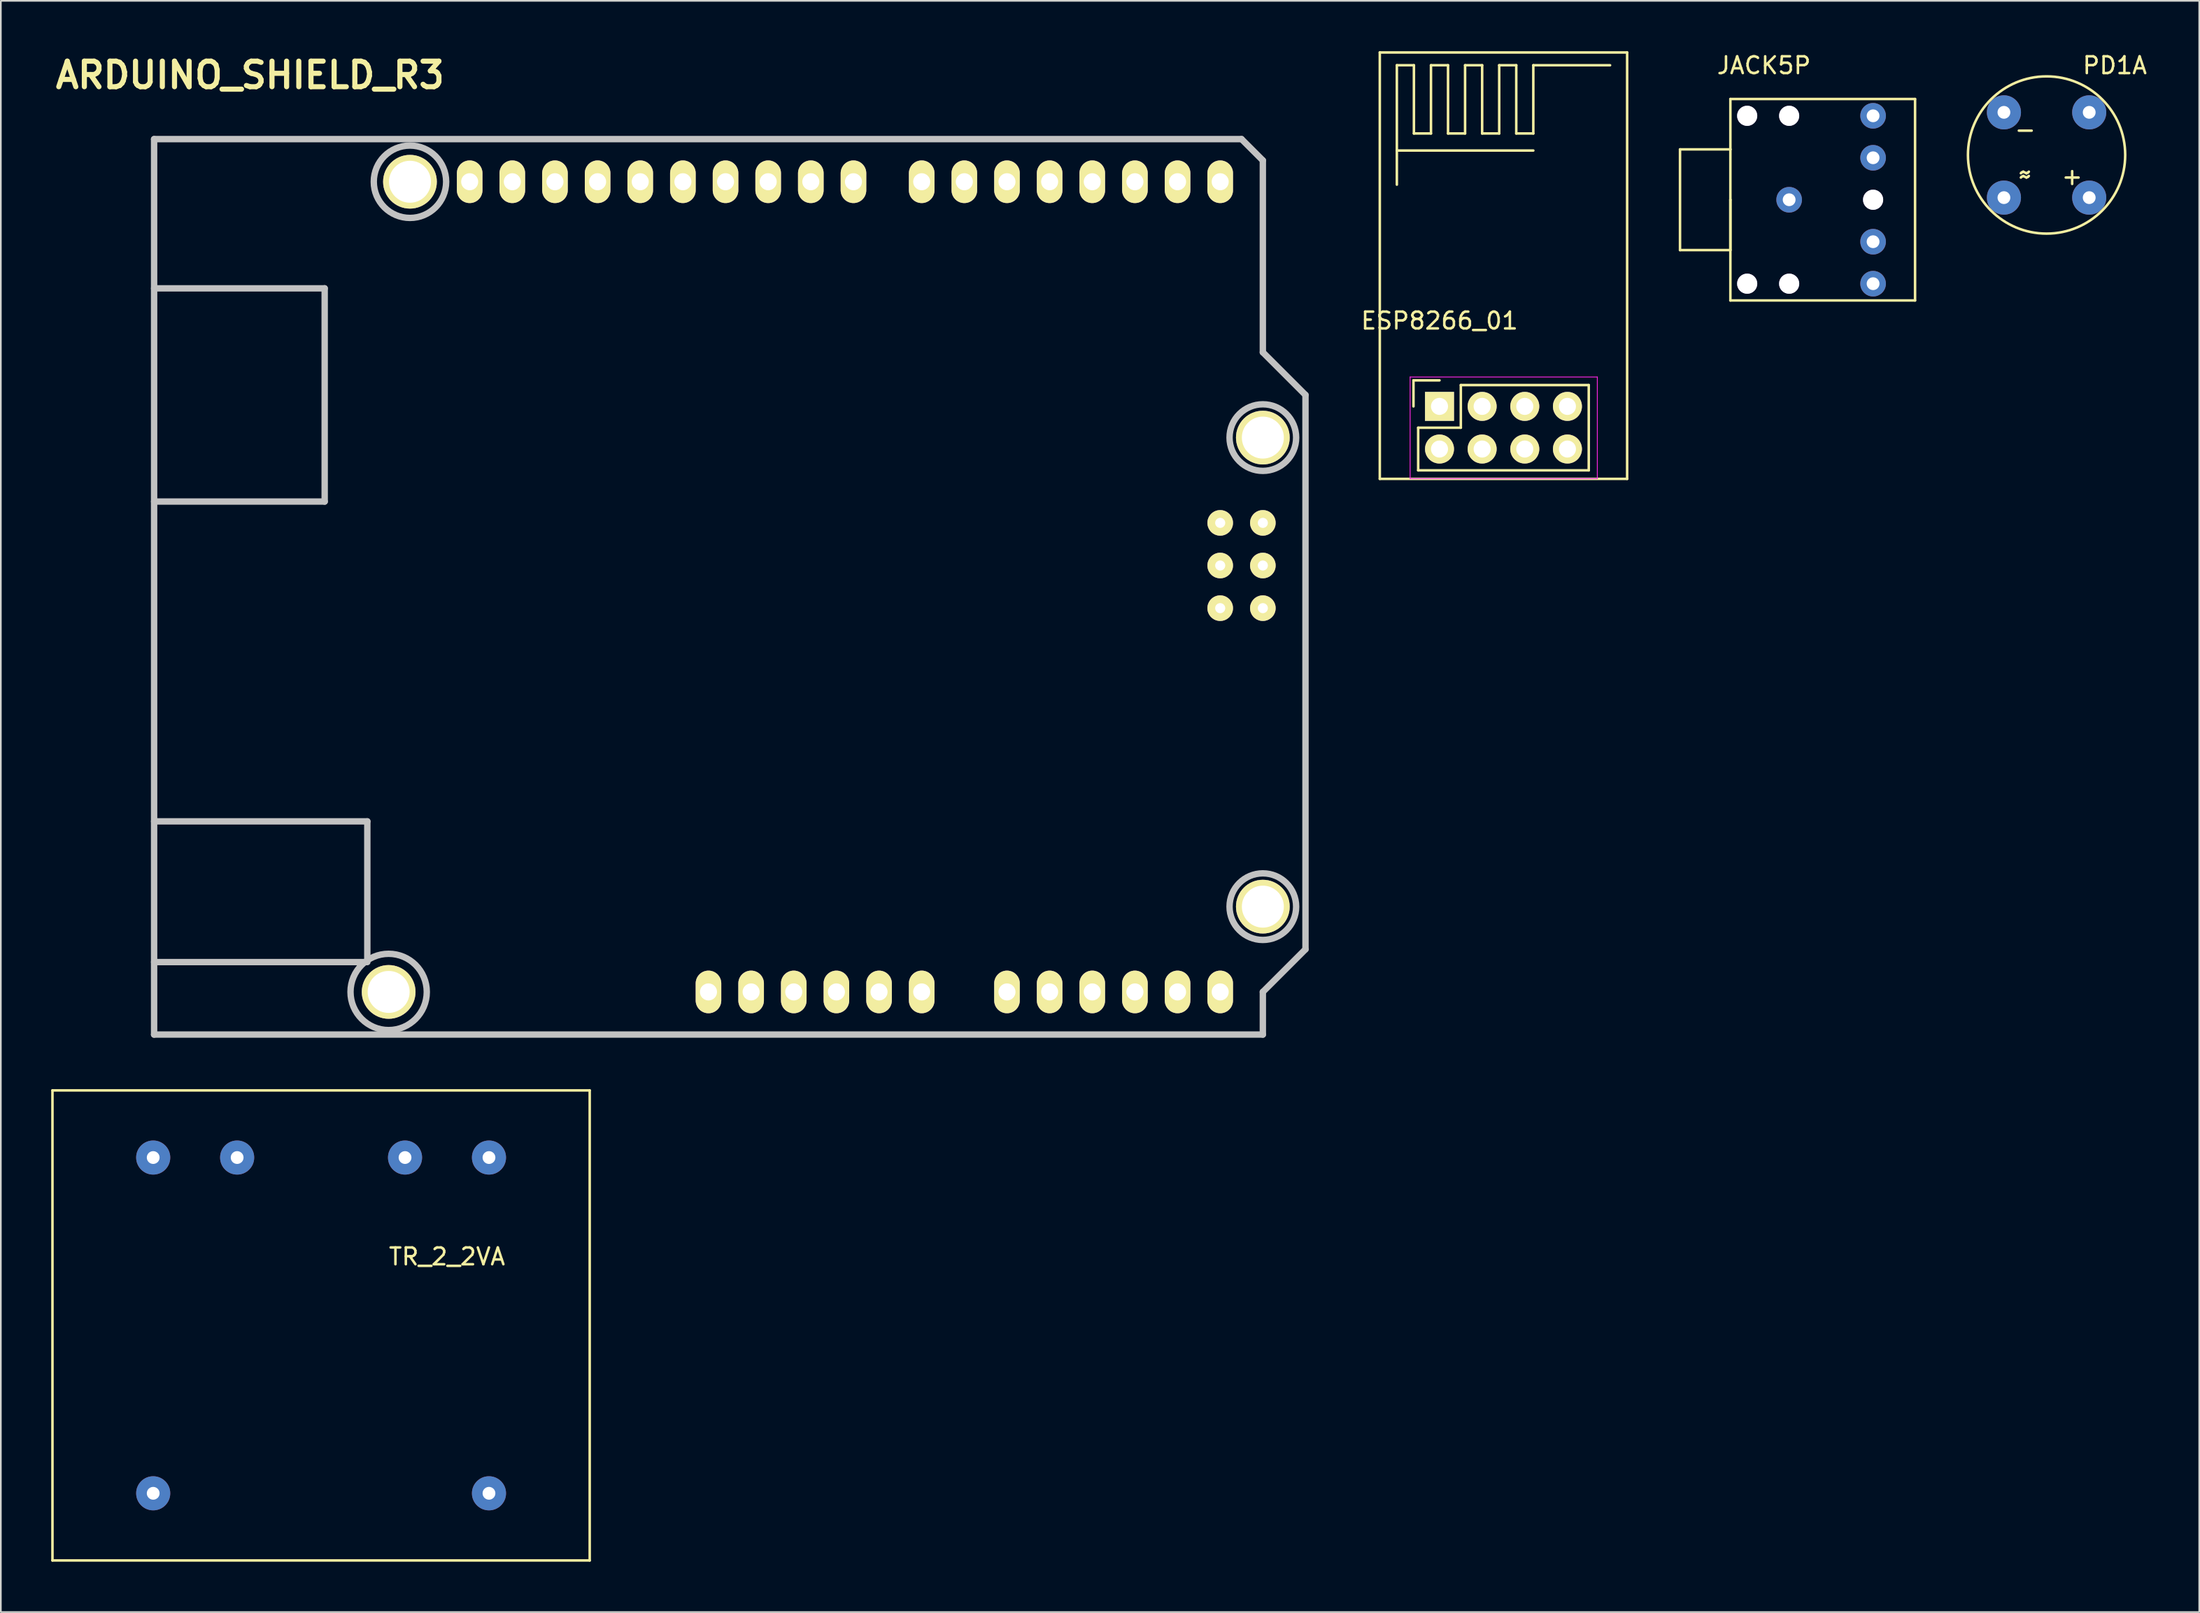
<source format=kicad_pcb>
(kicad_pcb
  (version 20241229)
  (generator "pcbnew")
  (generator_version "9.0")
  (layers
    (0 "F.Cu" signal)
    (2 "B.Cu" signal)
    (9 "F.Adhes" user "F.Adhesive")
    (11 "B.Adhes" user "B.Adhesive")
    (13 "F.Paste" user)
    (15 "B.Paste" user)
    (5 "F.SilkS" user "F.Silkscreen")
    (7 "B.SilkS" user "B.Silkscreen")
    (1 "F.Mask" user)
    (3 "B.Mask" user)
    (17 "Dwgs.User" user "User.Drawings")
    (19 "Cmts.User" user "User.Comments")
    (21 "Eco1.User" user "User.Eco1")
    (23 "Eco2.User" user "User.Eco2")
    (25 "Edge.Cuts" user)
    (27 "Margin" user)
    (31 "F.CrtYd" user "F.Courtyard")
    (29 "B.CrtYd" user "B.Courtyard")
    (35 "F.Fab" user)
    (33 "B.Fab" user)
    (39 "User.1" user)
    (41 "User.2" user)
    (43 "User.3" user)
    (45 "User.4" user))
  (footprint "TR_2_2VA"
    (layer "F.Cu")
    (at 16.075 75.901)
    (property "Reference" "TR_2_2VA" (at 7.5 -4.1 0) (layer "F.SilkS") (effects (font (size 1 1) (thickness 0.15))))
    (attr through_hole)
    (fp_line (start -16 -14) (end 16 -14) (stroke (width 0.15) (type solid)) (layer "F.SilkS"))
    (fp_line (start -16 14) (end -16 -14) (stroke (width 0.15) (type solid)) (layer "F.SilkS"))
    (fp_line (start 16 -14) (end 16 14) (stroke (width 0.15) (type solid)) (layer "F.SilkS"))
    (fp_line (start 16 14) (end -16 14) (stroke (width 0.15) (type solid)) (layer "F.SilkS"))
    (pad "1" thru_hole circle (at -10 10) (size 2.032 2.032) (drill 0.762) (layers "*.Cu" "*.Mask"))
    (pad "5" thru_hole circle (at 10 10) (size 2.032 2.032) (drill 0.762) (layers "*.Cu" "*.Mask"))
    (pad "6" thru_hole circle (at 10 -10) (size 2.032 2.032) (drill 0.762) (layers "*.Cu" "*.Mask"))
    (pad "7" thru_hole circle (at 5 -10) (size 2.032 2.032) (drill 0.762) (layers "*.Cu" "*.Mask"))
    (pad "9" thru_hole circle (at -5 -10) (size 2.032 2.032) (drill 0.762) (layers "*.Cu" "*.Mask"))
    (pad "10" thru_hole circle (at -10 -10) (size 2.032 2.032) (drill 0.762) (layers "*.Cu" "*.Mask")))
  (footprint "JACK5P"
    (layer "F.Cu")
    (at 103.517 8.848)
    (property "Reference" "JACK5P" (at -1.5 -8 0) (layer "F.SilkS") (effects (font (size 1 1) (thickness 0.15))))
    (attr through_hole)
    (fp_line (start -6.5 -3) (end -3.5 -3) (stroke (width 0.15) (type solid)) (layer "F.SilkS"))
    (fp_line (start -6.5 3) (end -6.5 -3) (stroke (width 0.15) (type solid)) (layer "F.SilkS"))
    (fp_line (start -3.5 -6) (end -3.5 -3) (stroke (width 0.15) (type solid)) (layer "F.SilkS"))
    (fp_line (start -3.5 -3) (end -3.5 0) (stroke (width 0.15) (type solid)) (layer "F.SilkS"))
    (fp_line (start -3.5 0) (end -3.5 3) (stroke (width 0.15) (type solid)) (layer "F.SilkS"))
    (fp_line (start -3.5 0) (end -3.5 6) (stroke (width 0.15) (type solid)) (layer "F.SilkS"))
    (fp_line (start -3.5 3) (end -6.5 3) (stroke (width 0.15) (type solid)) (layer "F.SilkS"))
    (fp_line (start -3.5 6) (end 7.5 6) (stroke (width 0.15) (type solid)) (layer "F.SilkS"))
    (fp_line (start 7.5 -6) (end -3.5 -6) (stroke (width 0.15) (type solid)) (layer "F.SilkS"))
    (fp_line (start 7.5 6) (end 7.5 -6) (stroke (width 0.15) (type solid)) (layer "F.SilkS"))
    (pad "1" thru_hole circle (at 0 0) (size 1.524 1.524) (drill 0.762) (layers "*.Cu" "*.Mask"))
    (pad "2" thru_hole circle (at 5 -5) (size 1.524 1.524) (drill 0.762) (layers "*.Cu" "*.Mask"))
    (pad "3" thru_hole circle (at 5 -2.5) (size 1.524 1.524) (drill 0.762) (layers "*.Cu" "*.Mask"))
    (pad "4" thru_hole circle (at 5 2.5) (size 1.524 1.524) (drill 0.762) (layers "*.Cu" "*.Mask"))
    (pad "5" thru_hole circle (at 5 5) (size 1.524 1.524) (drill 0.762) (layers "*.Cu" "*.Mask"))
    (pad "6" thru_hole circle (at 0 -5) (size 1.2 1.2) (drill 1.2) (layers "*.Cu" "*.Mask"))
    (pad "7" thru_hole circle (at 0 5) (size 1.2 1.2) (drill 1.2) (layers "*.Cu" "*.Mask"))
    (pad "8" thru_hole circle (at -2.5 5) (size 1.2 1.2) (drill 1.2) (layers "*.Cu" "*.Mask"))
    (pad "9" thru_hole circle (at -2.5 -5) (size 1.2 1.2) (drill 1.2) (layers "*.Cu" "*.Mask"))
    (pad "10" thru_hole circle (at 5 0) (size 1.2 1.2) (drill 1.2) (layers "*.Cu" "*.Mask")))
  (footprint "PD1A"
    (layer "F.Cu")
    (at 118.85 6.182)
    (property "Reference" "PD1A" (at 4.064 -5.334 0) (layer "F.SilkS") (effects (font (size 1 1) (thickness 0.15))))
    (attr through_hole)
    (fp_circle (center 0 0) (end 3.556 -3.048) (stroke (width 0.15) (type solid)) (fill no) (layer "F.SilkS"))
    (fp_text user "+" (at 1.524 1.27 0) (layer "F.SilkS") (effects (font (size 1 1) (thickness 0.15))))
    (fp_text user "-" (at -1.27 -1.524 0) (layer "F.SilkS") (effects (font (size 1 1) (thickness 0.15))))
    (fp_text user "~" (at -1.27 1.27 0) (layer "F.SilkS") (effects (font (size 1 1) (thickness 0.15))))
    (fp_text user "~" (at -1.27 1.016 0) (layer "F.SilkS") (effects (font (size 1 1) (thickness 0.15))))
    (pad "1" thru_hole circle (at 2.54 2.54) (size 2.032 2.032) (drill 0.762) (layers "*.Cu" "*.Mask"))
    (pad "2" thru_hole circle (at -2.54 -2.54) (size 2.032 2.032) (drill 0.762) (layers "*.Cu" "*.Mask"))
    (pad "3" thru_hole circle (at 2.54 -2.54) (size 2.032 2.032) (drill 0.762) (layers "*.Cu" "*.Mask"))
    (pad "4" thru_hole circle (at -2.54 2.54) (size 2.032 2.032) (drill 0.762) (layers "*.Cu" "*.Mask")))
  (footprint "ESP8266_01"
    (layer "F.Cu")
    (at 82.691 21.157)
    (property "Reference" "ESP8266_01" (at 0 -5.1 0) (layer "F.SilkS") (effects (font (size 1 1) (thickness 0.15))))
    (attr through_hole)
    (fp_line (start -3.556 -21.082) (end -3.556 4.318) (stroke (width 0.15) (type solid)) (layer "F.SilkS"))
    (fp_line (start -3.556 4.318) (end 11.176 4.318) (stroke (width 0.15) (type solid)) (layer "F.SilkS"))
    (fp_line (start -2.54 -20.32) (end -1.524 -20.32) (stroke (width 0.15) (type solid)) (layer "F.SilkS"))
    (fp_line (start -2.54 -15.24) (end 5.588 -15.24) (stroke (width 0.15) (type solid)) (layer "F.SilkS"))
    (fp_line (start -2.54 -13.208) (end -2.54 -20.32) (stroke (width 0.15) (type solid)) (layer "F.SilkS"))
    (fp_line (start -1.55 -1.55) (end -1.55 0) (stroke (width 0.15) (type solid)) (layer "F.SilkS"))
    (fp_line (start -1.524 -20.32) (end -1.524 -16.256) (stroke (width 0.15) (type solid)) (layer "F.SilkS"))
    (fp_line (start -1.524 -16.256) (end -0.508 -16.256) (stroke (width 0.15) (type solid)) (layer "F.SilkS"))
    (fp_line (start -1.27 1.27) (end 1.27 1.27) (stroke (width 0.15) (type solid)) (layer "F.SilkS"))
    (fp_line (start -1.27 3.81) (end -1.27 1.27) (stroke (width 0.15) (type solid)) (layer "F.SilkS"))
    (fp_line (start -0.508 -20.32) (end 0.508 -20.32) (stroke (width 0.15) (type solid)) (layer "F.SilkS"))
    (fp_line (start -0.508 -16.256) (end -0.508 -20.32) (stroke (width 0.15) (type solid)) (layer "F.SilkS"))
    (fp_line (start 0 -1.55) (end -1.55 -1.55) (stroke (width 0.15) (type solid)) (layer "F.SilkS"))
    (fp_line (start 0.508 -20.32) (end 0.508 -16.256) (stroke (width 0.15) (type solid)) (layer "F.SilkS"))
    (fp_line (start 0.508 -16.256) (end 1.524 -16.256) (stroke (width 0.15) (type solid)) (layer "F.SilkS"))
    (fp_line (start 1.27 -1.27) (end 8.89 -1.27) (stroke (width 0.15) (type solid)) (layer "F.SilkS"))
    (fp_line (start 1.27 1.27) (end 1.27 -1.27) (stroke (width 0.15) (type solid)) (layer "F.SilkS"))
    (fp_line (start 1.524 -20.32) (end 2.54 -20.32) (stroke (width 0.15) (type solid)) (layer "F.SilkS"))
    (fp_line (start 1.524 -16.256) (end 1.524 -20.32) (stroke (width 0.15) (type solid)) (layer "F.SilkS"))
    (fp_line (start 2.54 -20.32) (end 2.54 -16.256) (stroke (width 0.15) (type solid)) (layer "F.SilkS"))
    (fp_line (start 2.54 -16.256) (end 3.556 -16.256) (stroke (width 0.15) (type solid)) (layer "F.SilkS"))
    (fp_line (start 3.556 -20.32) (end 4.572 -20.32) (stroke (width 0.15) (type solid)) (layer "F.SilkS"))
    (fp_line (start 3.556 -16.256) (end 3.556 -20.32) (stroke (width 0.15) (type solid)) (layer "F.SilkS"))
    (fp_line (start 4.572 -20.32) (end 4.572 -16.256) (stroke (width 0.15) (type solid)) (layer "F.SilkS"))
    (fp_line (start 4.572 -16.256) (end 5.588 -16.256) (stroke (width 0.15) (type solid)) (layer "F.SilkS"))
    (fp_line (start 5.588 -20.32) (end 10.16 -20.32) (stroke (width 0.15) (type solid)) (layer "F.SilkS"))
    (fp_line (start 5.588 -16.256) (end 5.588 -20.32) (stroke (width 0.15) (type solid)) (layer "F.SilkS"))
    (fp_line (start 8.89 -1.27) (end 8.89 3.81) (stroke (width 0.15) (type solid)) (layer "F.SilkS"))
    (fp_line (start 8.89 3.81) (end -1.27 3.81) (stroke (width 0.15) (type solid)) (layer "F.SilkS"))
    (fp_line (start 11.176 -21.082) (end -3.556 -21.082) (stroke (width 0.15) (type solid)) (layer "F.SilkS"))
    (fp_line (start 11.176 4.318) (end 11.176 -21.082) (stroke (width 0.15) (type solid)) (layer "F.SilkS"))
    (fp_line (start -1.75 -1.75) (end -1.75 4.3) (stroke (width 0.05) (type solid)) (layer "F.CrtYd"))
    (fp_line (start -1.75 -1.75) (end 9.4 -1.75) (stroke (width 0.05) (type solid)) (layer "F.CrtYd"))
    (fp_line (start -1.75 4.3) (end 9.4 4.3) (stroke (width 0.05) (type solid)) (layer "F.CrtYd"))
    (fp_line (start 9.4 -1.75) (end 9.4 4.3) (stroke (width 0.05) (type solid)) (layer "F.CrtYd"))
    (pad "1" thru_hole rect (at 0 0) (size 1.727 1.727) (drill 1.016) (layers "*.Cu" "*.Mask" "F.SilkS"))
    (pad "2" thru_hole oval (at 0 2.54) (size 1.727 1.727) (drill 1.016) (layers "*.Cu" "*.Mask" "F.SilkS"))
    (pad "3" thru_hole oval (at 2.54 0) (size 1.727 1.727) (drill 1.016) (layers "*.Cu" "*.Mask" "F.SilkS"))
    (pad "4" thru_hole oval (at 2.54 2.54) (size 1.727 1.727) (drill 1.016) (layers "*.Cu" "*.Mask" "F.SilkS"))
    (pad "5" thru_hole oval (at 5.08 0) (size 1.727 1.727) (drill 1.016) (layers "*.Cu" "*.Mask" "F.SilkS"))
    (pad "6" thru_hole oval (at 5.08 2.54) (size 1.727 1.727) (drill 1.016) (layers "*.Cu" "*.Mask" "F.SilkS"))
    (pad "7" thru_hole oval (at 7.62 0) (size 1.727 1.727) (drill 1.016) (layers "*.Cu" "*.Mask" "F.SilkS"))
    (pad "8" thru_hole oval (at 7.62 2.54) (size 1.727 1.727) (drill 1.016) (layers "*.Cu" "*.Mask" "F.SilkS")))
  (footprint "ARDUINO_SHIELD_R3"
    (layer "F.Cu")
    (at 6.129 58.576)
    (property "Reference" "ARDUINO_SHIELD_R3" (at 5.715 -57.15 0) (layer "F.SilkS") (effects (font (size 1.524 1.524) (thickness 0.305))))
    (attr through_hole)
    (fp_line (start 0 -44.45) (end 10.16 -44.45) (stroke (width 0.381) (type solid)) (layer "Dwgs.User"))
    (fp_line (start 0 -12.7) (end 12.7 -12.7) (stroke (width 0.381) (type solid)) (layer "Dwgs.User"))
    (fp_line (start 0 0) (end 0 -53.34) (stroke (width 0.381) (type solid)) (layer "Dwgs.User"))
    (fp_line (start 10.16 -44.45) (end 10.16 -31.75) (stroke (width 0.381) (type solid)) (layer "Dwgs.User"))
    (fp_line (start 10.16 -31.75) (end 0 -31.75) (stroke (width 0.381) (type solid)) (layer "Dwgs.User"))
    (fp_line (start 12.7 -12.7) (end 12.7 -4.572) (stroke (width 0.381) (type solid)) (layer "Dwgs.User"))
    (fp_line (start 12.7 -4.318) (end 0 -4.318) (stroke (width 0.381) (type solid)) (layer "Dwgs.User"))
    (fp_line (start 64.77 -53.34) (end 0 -53.34) (stroke (width 0.381) (type solid)) (layer "Dwgs.User"))
    (fp_line (start 66.04 -52.07) (end 64.77 -53.34) (stroke (width 0.381) (type solid)) (layer "Dwgs.User"))
    (fp_line (start 66.04 -40.64) (end 66.04 -52.07) (stroke (width 0.381) (type solid)) (layer "Dwgs.User"))
    (fp_line (start 66.04 -40.64) (end 68.58 -38.1) (stroke (width 0.381) (type solid)) (layer "Dwgs.User"))
    (fp_line (start 66.04 -2.54) (end 66.04 0) (stroke (width 0.381) (type solid)) (layer "Dwgs.User"))
    (fp_line (start 66.04 0) (end 0 0) (stroke (width 0.381) (type solid)) (layer "Dwgs.User"))
    (fp_line (start 68.58 -38.1) (end 68.58 -5.08) (stroke (width 0.381) (type solid)) (layer "Dwgs.User"))
    (fp_line (start 68.58 -5.08) (end 66.04 -2.54) (stroke (width 0.381) (type solid)) (layer "Dwgs.User"))
    (fp_circle (center 13.97 -2.54) (end 16.002 -1.524) (stroke (width 0.381) (type solid)) (fill no) (layer "Dwgs.User"))
    (fp_circle (center 15.24 -50.8) (end 16.764 -49.276) (stroke (width 0.381) (type solid)) (fill no) (layer "Dwgs.User"))
    (fp_circle (center 66.04 -35.56) (end 67.31 -34.036) (stroke (width 0.381) (type solid)) (fill no) (layer "Dwgs.User"))
    (fp_circle (center 66.04 -7.62) (end 67.31 -6.096) (stroke (width 0.381) (type solid)) (fill no) (layer "Dwgs.User"))
    (pad "0" thru_hole oval (at 63.5 -50.8 90) (size 2.54 1.524) (drill 1.016) (layers "*.Cu" "*.Mask" "F.SilkS"))
    (pad "1" thru_hole oval (at 60.96 -50.8 90) (size 2.54 1.524) (drill 1.016) (layers "*.Cu" "*.Mask" "F.SilkS"))
    (pad "2" thru_hole oval (at 58.42 -50.8 90) (size 2.54 1.524) (drill 1.016) (layers "*.Cu" "*.Mask" "F.SilkS"))
    (pad "3" thru_hole oval (at 55.88 -50.8 90) (size 2.54 1.524) (drill 1.016) (layers "*.Cu" "*.Mask" "F.SilkS"))
    (pad "3V3" thru_hole oval (at 35.56 -2.54 90) (size 2.54 1.524) (drill 1.016) (layers "*.Cu" "*.Mask" "F.SilkS"))
    (pad "4" thru_hole oval (at 53.34 -50.8 90) (size 2.54 1.524) (drill 1.016) (layers "*.Cu" "*.Mask" "F.SilkS"))
    (pad "5" thru_hole oval (at 50.8 -50.8 90) (size 2.54 1.524) (drill 1.016) (layers "*.Cu" "*.Mask" "F.SilkS"))
    (pad "5V" thru_hole oval (at 38.1 -2.54 90) (size 2.54 1.524) (drill 1.016) (layers "*.Cu" "*.Mask" "F.SilkS"))
    (pad "6" thru_hole oval (at 48.26 -50.8 90) (size 2.54 1.524) (drill 1.016) (layers "*.Cu" "*.Mask" "F.SilkS"))
    (pad "7" thru_hole oval (at 45.72 -50.8 90) (size 2.54 1.524) (drill 1.016) (layers "*.Cu" "*.Mask" "F.SilkS"))
    (pad "8" thru_hole oval (at 41.656 -50.8 90) (size 2.54 1.524) (drill 1.016) (layers "*.Cu" "*.Mask" "F.SilkS"))
    (pad "9" thru_hole oval (at 39.116 -50.8 90) (size 2.54 1.524) (drill 1.016) (layers "*.Cu" "*.Mask" "F.SilkS"))
    (pad "10" thru_hole oval (at 36.576 -50.8 90) (size 2.54 1.524) (drill 1.016) (layers "*.Cu" "*.Mask" "F.SilkS"))
    (pad "11" thru_hole oval (at 34.036 -50.8 90) (size 2.54 1.524) (drill 1.016) (layers "*.Cu" "*.Mask" "F.SilkS"))
    (pad "12" thru_hole oval (at 31.496 -50.8 90) (size 2.54 1.524) (drill 1.016) (layers "*.Cu" "*.Mask" "F.SilkS"))
    (pad "13" thru_hole oval (at 28.956 -50.8 90) (size 2.54 1.524) (drill 1.016) (layers "*.Cu" "*.Mask" "F.SilkS"))
    (pad "AD0" thru_hole oval (at 50.8 -2.54 90) (size 2.54 1.524) (drill 1.016) (layers "*.Cu" "*.Mask" "F.SilkS"))
    (pad "AD1" thru_hole oval (at 53.34 -2.54 90) (size 2.54 1.524) (drill 1.016) (layers "*.Cu" "*.Mask" "F.SilkS"))
    (pad "AD2" thru_hole oval (at 55.88 -2.54 90) (size 2.54 1.524) (drill 1.016) (layers "*.Cu" "*.Mask" "F.SilkS"))
    (pad "AD3" thru_hole oval (at 58.42 -2.54 90) (size 2.54 1.524) (drill 1.016) (layers "*.Cu" "*.Mask" "F.SilkS"))
    (pad "AD4" thru_hole oval (at 60.96 -2.54 90) (size 2.54 1.524) (drill 1.016) (layers "*.Cu" "*.Mask" "F.SilkS"))
    (pad "AD5" thru_hole oval (at 63.5 -2.54 90) (size 2.54 1.524) (drill 1.016) (layers "*.Cu" "*.Mask" "F.SilkS"))
    (pad "AREF" thru_hole oval (at 23.876 -50.8 90) (size 2.54 1.524) (drill 1.016) (layers "*.Cu" "*.Mask" "F.SilkS"))
    (pad "Fix1" thru_hole circle (at 13.97 -2.54) (size 3.2 3.2) (drill 2.5) (layers "*.Cu" "*.Mask" "F.SilkS"))
    (pad "Fix2" thru_hole circle (at 66.04 -7.62) (size 3.2 3.2) (drill 2.5) (layers "*.Cu" "*.Mask" "F.SilkS"))
    (pad "Fix3" thru_hole circle (at 66.04 -35.56) (size 3.2 3.2) (drill 2.5) (layers "*.Cu" "*.Mask" "F.SilkS"))
    (pad "Fix4" thru_hole circle (at 15.24 -50.8) (size 3.2 3.2) (drill 2.5) (layers "*.Cu" "*.Mask" "F.SilkS"))
    (pad "GND1" thru_hole oval (at 40.64 -2.54 90) (size 2.54 1.524) (drill 1.016) (layers "*.Cu" "*.Mask" "F.SilkS"))
    (pad "GND2" thru_hole oval (at 43.18 -2.54 90) (size 2.54 1.524) (drill 1.016) (layers "*.Cu" "*.Mask" "F.SilkS"))
    (pad "GND3" thru_hole oval (at 26.416 -50.8 90) (size 2.54 1.524) (drill 1.016) (layers "*.Cu" "*.Mask" "F.SilkS"))
    (pad "RST" thru_hole oval (at 33.02 -2.54 90) (size 2.54 1.524) (drill 1.016) (layers "*.Cu" "*.Mask" "F.SilkS"))
    (pad "SCL" thru_hole oval (at 18.796 -50.8 90) (size 2.54 1.524) (drill 1.016) (layers "*.Cu" "*.Mask" "F.SilkS"))
    (pad "SDA" thru_hole oval (at 21.336 -50.8 90) (size 2.54 1.524) (drill 1.016) (layers "*.Cu" "*.Mask" "F.SilkS"))
    (pad "V_IN" thru_hole oval (at 45.72 -2.54 90) (size 2.54 1.524) (drill 1.016) (layers "*.Cu" "*.Mask" "F.SilkS"))
    (pad "_5V" thru_hole circle (at 66.04 -30.48) (size 1.524 1.524) (drill 0.6) (layers "*.Cu" "*.Mask" "F.SilkS"))
    (pad "_GND" thru_hole circle (at 66.04 -25.4) (size 1.524 1.524) (drill 0.6) (layers "*.Cu" "*.Mask" "F.SilkS"))
    (pad "_MIS" thru_hole circle (at 63.5 -30.48) (size 1.524 1.524) (drill 0.6) (layers "*.Cu" "*.Mask" "F.SilkS"))
    (pad "_MOS" thru_hole circle (at 66.04 -27.94) (size 1.524 1.524) (drill 0.6) (layers "*.Cu" "*.Mask" "F.SilkS"))
    (pad "_RST" thru_hole circle (at 63.5 -25.4) (size 1.524 1.524) (drill 0.6) (layers "*.Cu" "*.Mask" "F.SilkS"))
    (pad "_SCK" thru_hole circle (at 63.5 -27.94) (size 1.524 1.524) (drill 0.6) (layers "*.Cu" "*.Mask" "F.SilkS")))
  (gr_rect
    (start -3 -3)
    (end 127.944 92.976)
    (stroke (width 0.1) (type default))
    (fill no)
    (layer "Edge.Cuts")))
</source>
